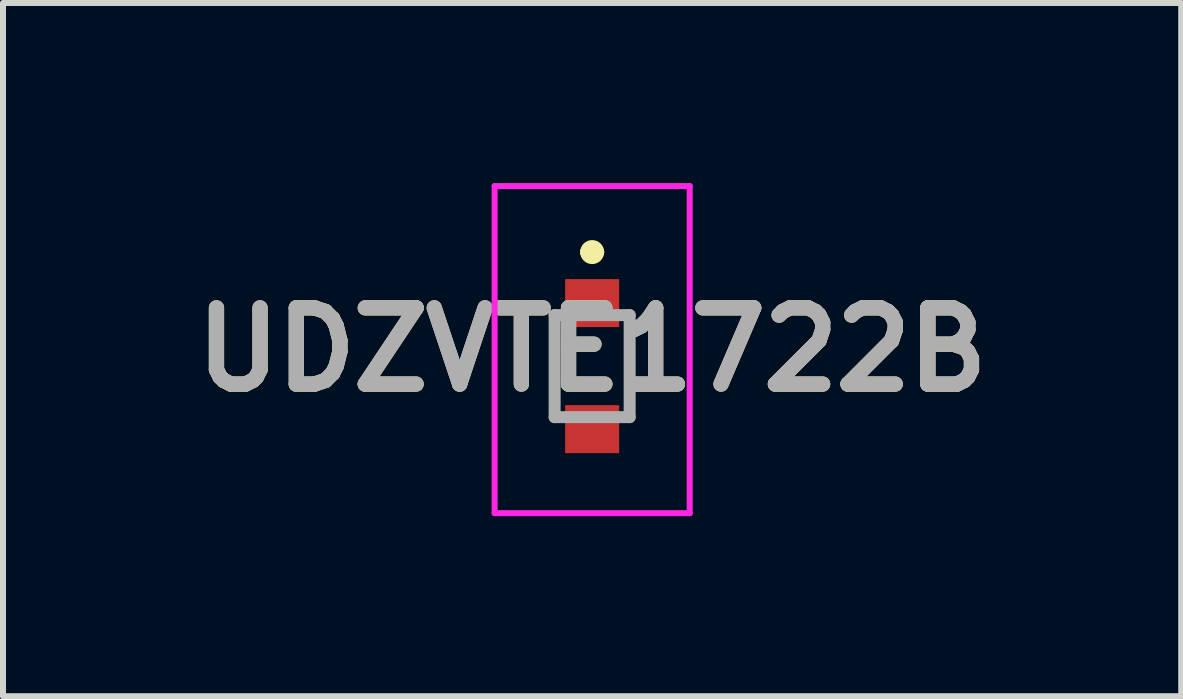
<source format=kicad_pcb>
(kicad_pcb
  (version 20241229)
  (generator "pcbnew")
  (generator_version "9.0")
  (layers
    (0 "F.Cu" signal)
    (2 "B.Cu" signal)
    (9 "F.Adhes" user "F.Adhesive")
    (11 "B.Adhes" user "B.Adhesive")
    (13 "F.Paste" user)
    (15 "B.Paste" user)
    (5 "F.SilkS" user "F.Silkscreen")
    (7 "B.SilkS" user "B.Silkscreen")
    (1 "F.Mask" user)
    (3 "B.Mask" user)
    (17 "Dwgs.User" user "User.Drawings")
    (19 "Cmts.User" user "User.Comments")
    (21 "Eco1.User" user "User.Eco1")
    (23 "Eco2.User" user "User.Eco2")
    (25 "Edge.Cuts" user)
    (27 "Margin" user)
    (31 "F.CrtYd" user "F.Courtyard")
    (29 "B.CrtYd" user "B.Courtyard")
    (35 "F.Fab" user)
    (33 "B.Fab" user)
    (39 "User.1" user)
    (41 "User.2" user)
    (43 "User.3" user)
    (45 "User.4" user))
  (footprint "UDZVTE1722B"
    (layer "F.Cu")
    (at 6.816 2.575)
    (property "Reference" "UDZVTE1722B" (at 0 0.2 0) (layer "F.SilkS") (effects (font (size 1.27 1.27) (thickness 0.254))))
    (attr smd)
    (fp_line (start -0.625 1.325) (end -0.625 -0.375) (stroke (width 0.1) (type solid)) (layer "F.SilkS"))
    (fp_line (start -0.1 -1.425) (end -0.1 -1.425) (stroke (width 0.2) (type solid)) (layer "F.SilkS"))
    (fp_line (start 0.1 -1.425) (end 0.1 -1.425) (stroke (width 0.2) (type solid)) (layer "F.SilkS"))
    (fp_line (start 0.625 1.325) (end 0.625 -0.375) (stroke (width 0.1) (type solid)) (layer "F.SilkS"))
    (fp_arc (start -0.1 -1.425) (mid 0 -1.525) (end 0.1 -1.425) (stroke (width 0.2) (type solid)) (layer "F.SilkS"))
    (fp_arc (start 0.1 -1.425) (mid 0 -1.325) (end -0.1 -1.425) (stroke (width 0.2) (type solid)) (layer "F.SilkS"))
    (fp_line (start -1.625 -2.525) (end 1.625 -2.525) (stroke (width 0.1) (type solid)) (layer "F.CrtYd"))
    (fp_line (start -1.625 2.925) (end -1.625 -2.525) (stroke (width 0.1) (type solid)) (layer "F.CrtYd"))
    (fp_line (start 1.625 -2.525) (end 1.625 2.925) (stroke (width 0.1) (type solid)) (layer "F.CrtYd"))
    (fp_line (start 1.625 2.925) (end -1.625 2.925) (stroke (width 0.1) (type solid)) (layer "F.CrtYd"))
    (fp_line (start -0.625 -0.375) (end 0.625 -0.375) (stroke (width 0.2) (type solid)) (layer "F.Fab"))
    (fp_line (start -0.625 1.325) (end -0.625 -0.375) (stroke (width 0.2) (type solid)) (layer "F.Fab"))
    (fp_line (start 0.625 -0.375) (end 0.625 1.325) (stroke (width 0.2) (type solid)) (layer "F.Fab"))
    (fp_line (start 0.625 1.325) (end -0.625 1.325) (stroke (width 0.2) (type solid)) (layer "F.Fab"))
    (fp_text user "${REFERENCE}" (at 0 0.2 0) (layer "F.Fab") (effects (font (size 1.27 1.27) (thickness 0.254))))
    (pad "1" smd rect (at 0 -0.575 90) (size 0.8 0.9) (layers "F.Cu" "F.Mask" "F.Paste"))
    (pad "2" smd rect (at 0 1.525 90) (size 0.8 0.9) (layers "F.Cu" "F.Mask" "F.Paste")))
  (gr_rect
    (start -3 -3)
    (end 16.631 8.55)
    (stroke (width 0.1) (type default))
    (fill no)
    (layer "Edge.Cuts")))
</source>
